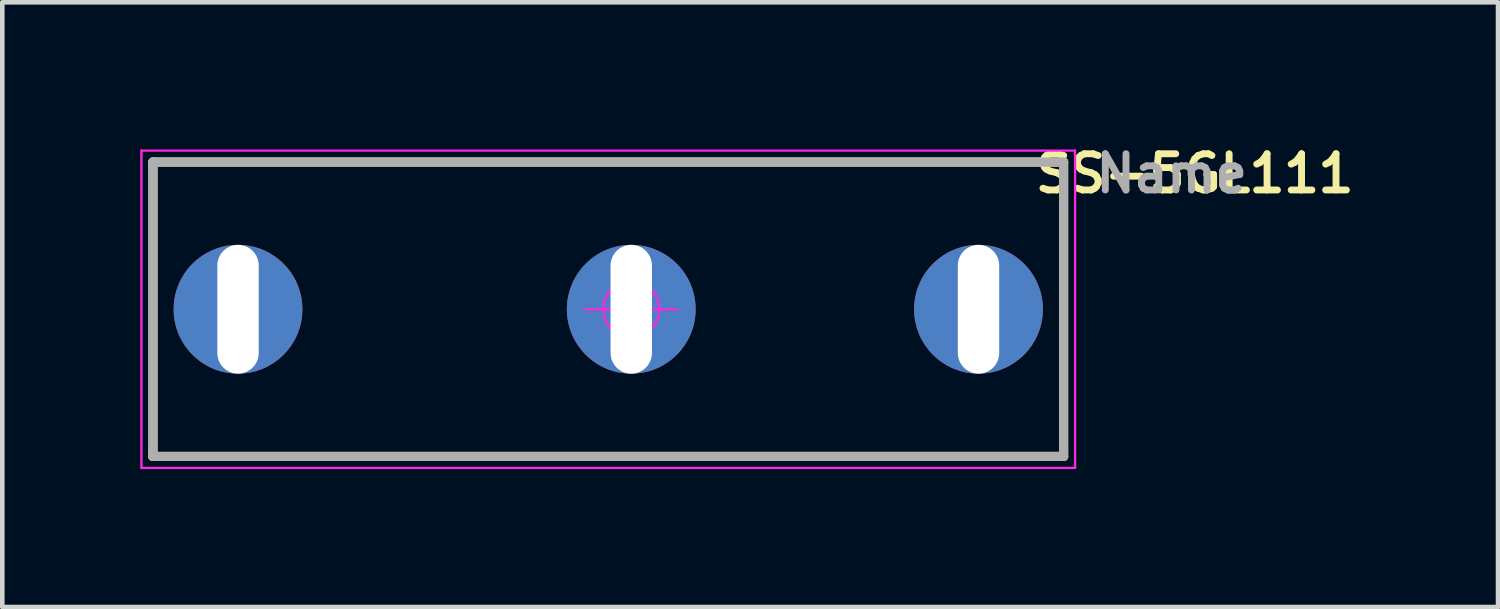
<source format=kicad_pcb>
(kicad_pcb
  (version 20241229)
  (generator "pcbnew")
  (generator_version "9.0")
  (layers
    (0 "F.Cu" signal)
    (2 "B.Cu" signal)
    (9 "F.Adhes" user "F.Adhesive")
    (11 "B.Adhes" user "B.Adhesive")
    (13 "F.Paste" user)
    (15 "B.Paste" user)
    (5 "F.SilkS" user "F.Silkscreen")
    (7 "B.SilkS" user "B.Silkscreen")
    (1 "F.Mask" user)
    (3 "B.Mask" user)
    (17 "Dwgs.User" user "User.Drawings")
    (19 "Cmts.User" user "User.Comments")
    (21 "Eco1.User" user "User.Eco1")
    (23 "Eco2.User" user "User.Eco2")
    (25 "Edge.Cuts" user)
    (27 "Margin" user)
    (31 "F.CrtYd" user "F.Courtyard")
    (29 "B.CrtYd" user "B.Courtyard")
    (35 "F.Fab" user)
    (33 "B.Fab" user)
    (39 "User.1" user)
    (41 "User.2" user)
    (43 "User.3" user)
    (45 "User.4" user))
  (footprint "SS-5GL111"
    (layer "F.Cu")
    (at 10.675 3.674)
    (property "Reference" "SS-5GL111" (at 12.25 -2.95 0) (layer "F.SilkS") (effects (font (size 0.787 0.787) (thickness 0.15))))
    (attr through_hole)
    (fp_line (start -10.4 -3.2) (end -10.4 3.2) (stroke (width 0.2) (type solid)) (layer "F.SilkS"))
    (fp_line (start -10.4 3.2) (end 9.4 3.2) (stroke (width 0.2) (type solid)) (layer "F.SilkS"))
    (fp_line (start 9.4 -3.2) (end -10.4 -3.2) (stroke (width 0.2) (type solid)) (layer "F.SilkS"))
    (fp_line (start 9.4 3.2) (end 9.4 -3.2) (stroke (width 0.2) (type solid)) (layer "F.SilkS"))
    (fp_line (start -10.65 -3.45) (end 9.65 -3.45) (stroke (width 0.05) (type solid)) (layer "F.CrtYd"))
    (fp_line (start -10.65 3.45) (end -10.65 -3.45) (stroke (width 0.05) (type solid)) (layer "F.CrtYd"))
    (fp_line (start -1 0) (end 1 0) (stroke (width 0.05) (type solid)) (layer "F.CrtYd"))
    (fp_line (start 0 -1) (end 0 1) (stroke (width 0.05) (type solid)) (layer "F.CrtYd"))
    (fp_line (start 9.65 -3.45) (end 9.65 3.45) (stroke (width 0.05) (type solid)) (layer "F.CrtYd"))
    (fp_line (start 9.65 3.45) (end -10.65 3.45) (stroke (width 0.05) (type solid)) (layer "F.CrtYd"))
    (fp_circle (center 0 0) (end 0.608 0) (stroke (width 0.05) (type solid)) (fill no) (layer "F.CrtYd"))
    (fp_line (start -10.4 -3.2) (end -10.4 3.2) (stroke (width 0.2) (type solid)) (layer "F.Fab"))
    (fp_line (start -10.4 3.2) (end 9.4 3.2) (stroke (width 0.2) (type solid)) (layer "F.Fab"))
    (fp_line (start 9.4 -3.2) (end -10.4 -3.2) (stroke (width 0.2) (type solid)) (layer "F.Fab"))
    (fp_line (start 9.4 3.2) (end 9.4 -3.2) (stroke (width 0.2) (type solid)) (layer "F.Fab"))
    (fp_text user "Name" (at 11.75 -2.95 0) (layer "F.Fab") (effects (font (size 0.787 0.787) (thickness 0.15))))
    (pad "C" thru_hole circle (at -8.55 0) (size 2.8 2.8) (drill oval 0.9 4.4) (layers "*.Cu" "*.Mask"))
    (pad "NC" thru_hole circle (at 7.55 0) (size 2.8 2.8) (drill oval 0.9 4.4) (layers "*.Cu" "*.Mask"))
    (pad "NO" thru_hole circle (at 0 0) (size 2.8 2.8) (drill oval 0.9 4.4) (layers "*.Cu" "*.Mask")))
  (gr_rect
    (start -3 -3)
    (end 29.521 10.149)
    (stroke (width 0.1) (type default))
    (fill no)
    (layer "Edge.Cuts")))
</source>
